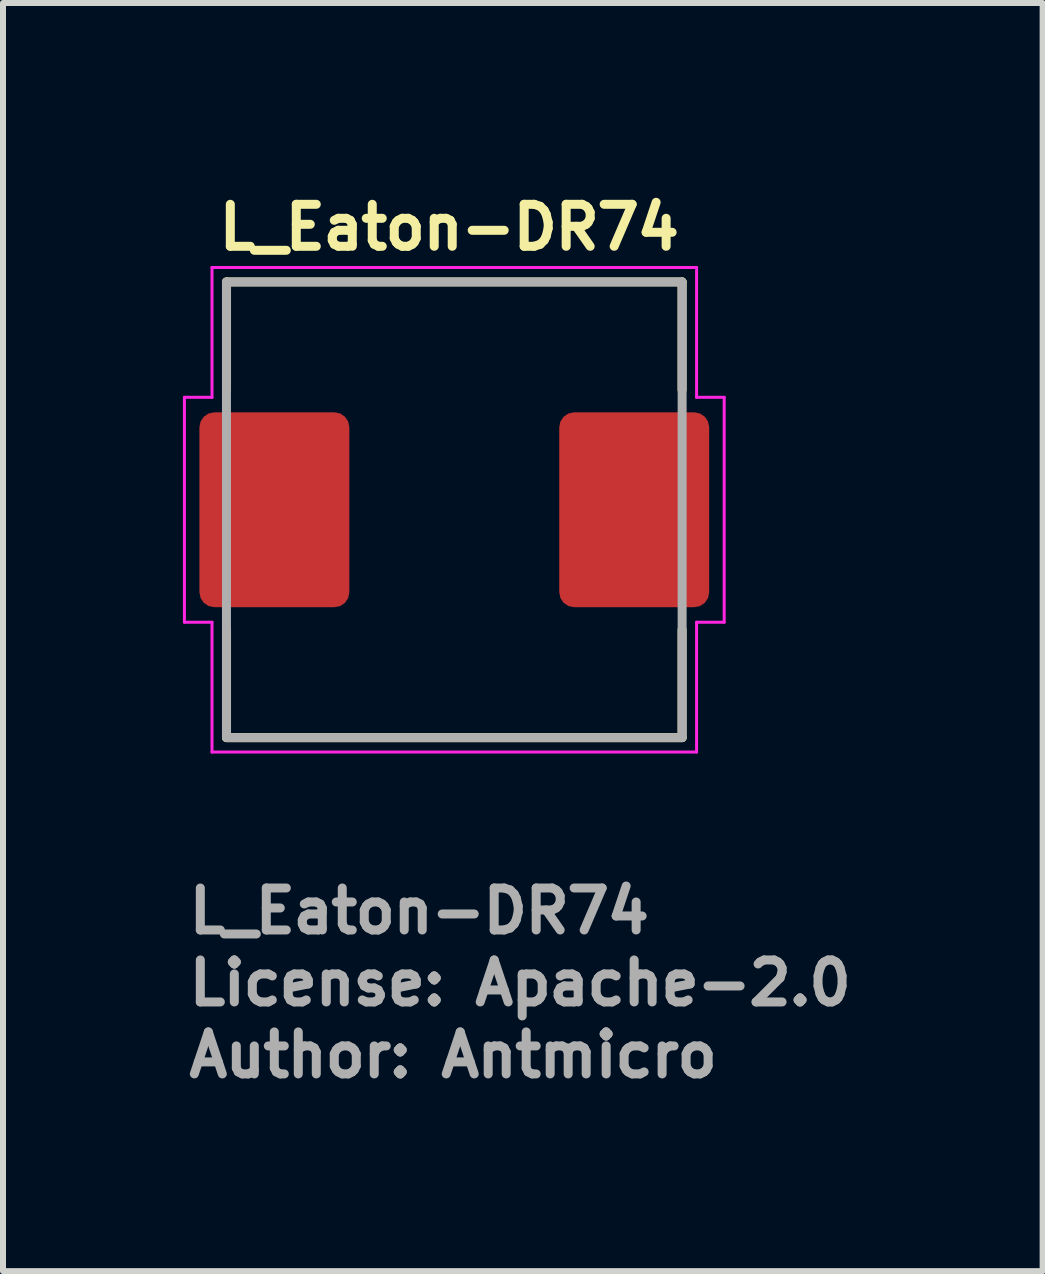
<source format=kicad_pcb>
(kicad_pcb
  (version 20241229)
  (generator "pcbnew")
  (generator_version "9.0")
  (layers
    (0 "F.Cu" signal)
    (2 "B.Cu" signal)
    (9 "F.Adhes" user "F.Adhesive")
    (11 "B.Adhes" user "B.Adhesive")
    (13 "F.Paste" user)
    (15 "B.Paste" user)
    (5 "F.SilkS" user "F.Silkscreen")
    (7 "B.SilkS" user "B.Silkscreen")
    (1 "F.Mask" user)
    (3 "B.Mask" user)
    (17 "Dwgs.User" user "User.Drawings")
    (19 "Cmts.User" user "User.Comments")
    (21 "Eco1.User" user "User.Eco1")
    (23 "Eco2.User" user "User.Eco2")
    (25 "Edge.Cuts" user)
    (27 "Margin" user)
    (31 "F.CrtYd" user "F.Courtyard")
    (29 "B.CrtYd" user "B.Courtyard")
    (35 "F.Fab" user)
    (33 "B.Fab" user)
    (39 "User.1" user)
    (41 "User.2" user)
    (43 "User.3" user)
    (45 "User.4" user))
  (footprint "L_Eaton-DR74"
    (layer "F.Cu")
    (at 4.525 5.45)
    (property "Reference" "L_Eaton-DR74" (at -4 -4.3 0) (layer "F.SilkS") (effects (font (size 0.7 0.7) (thickness 0.15)) (justify left bottom)))
    (attr smd)
    (fp_line (start -3.798 -3.799) (end 3.798 -3.799) (stroke (width 0.15) (type solid)) (layer "F.SilkS"))
    (fp_line (start -3.798 -2) (end -3.798 -3.799) (stroke (width 0.15) (type solid)) (layer "F.SilkS"))
    (fp_line (start -3.798 3.799) (end -3.798 2) (stroke (width 0.15) (type solid)) (layer "F.SilkS"))
    (fp_line (start -3.798 3.799) (end 3.798 3.799) (stroke (width 0.15) (type solid)) (layer "F.SilkS"))
    (fp_line (start 3.798 -2) (end 3.798 -3.799) (stroke (width 0.15) (type solid)) (layer "F.SilkS"))
    (fp_line (start 3.798 3.799) (end 3.798 2) (stroke (width 0.15) (type solid)) (layer "F.SilkS"))
    (fp_line (start -4.5 1.875) (end -4.5 -1.875) (stroke (width 0.05) (type solid)) (layer "F.CrtYd"))
    (fp_line (start -4.04 -4.04) (end -4.04 -1.875) (stroke (width 0.05) (type solid)) (layer "F.CrtYd"))
    (fp_line (start -4.04 -4.04) (end 4.04 -4.04) (stroke (width 0.05) (type solid)) (layer "F.CrtYd"))
    (fp_line (start -4.04 -1.875) (end -4.5 -1.875) (stroke (width 0.05) (type solid)) (layer "F.CrtYd"))
    (fp_line (start -4.04 1.875) (end -4.5 1.875) (stroke (width 0.05) (type solid)) (layer "F.CrtYd"))
    (fp_line (start -4.04 1.875) (end -4.04 4.04) (stroke (width 0.05) (type solid)) (layer "F.CrtYd"))
    (fp_line (start 4.04 -1.875) (end 4.04 -4.04) (stroke (width 0.05) (type solid)) (layer "F.CrtYd"))
    (fp_line (start 4.04 -1.875) (end 4.5 -1.875) (stroke (width 0.05) (type solid)) (layer "F.CrtYd"))
    (fp_line (start 4.04 1.875) (end 4.5 1.875) (stroke (width 0.05) (type solid)) (layer "F.CrtYd"))
    (fp_line (start 4.04 4.04) (end -4.04 4.04) (stroke (width 0.05) (type solid)) (layer "F.CrtYd"))
    (fp_line (start 4.04 4.04) (end 4.04 1.875) (stroke (width 0.05) (type solid)) (layer "F.CrtYd"))
    (fp_line (start 4.5 -1.875) (end 4.5 1.875) (stroke (width 0.05) (type solid)) (layer "F.CrtYd"))
    (fp_rect (start -3.799 -3.799) (end 3.799 3.799) (stroke (width 0.15) (type solid)) (fill no) (layer "F.Fab"))
    (fp_rect (start -3.799 -3.799) (end 3.799 3.799) (stroke (width 0.1) (type solid)) (fill no) (layer "User.5"))
    (fp_line (start -3.799 -3.71) (end -3.798 -3.715) (stroke (width 0.02) (type solid)) (layer "User.9"))
    (fp_line (start -3.799 -3.705) (end -3.799 -3.71) (stroke (width 0.02) (type solid)) (layer "User.9"))
    (fp_line (start -3.799 -3.7) (end -3.799 -3.705) (stroke (width 0.02) (type solid)) (layer "User.9"))
    (fp_line (start -3.799 3.7) (end -3.799 -3.7) (stroke (width 0.02) (type solid)) (layer "User.9"))
    (fp_line (start -3.799 3.705) (end -3.799 3.7) (stroke (width 0.02) (type solid)) (layer "User.9"))
    (fp_line (start -3.799 3.71) (end -3.799 3.705) (stroke (width 0.02) (type solid)) (layer "User.9"))
    (fp_line (start -3.798 -3.715) (end -3.797 -3.72) (stroke (width 0.02) (type solid)) (layer "User.9"))
    (fp_line (start -3.798 3.715) (end -3.799 3.71) (stroke (width 0.02) (type solid)) (layer "User.9"))
    (fp_line (start -3.797 -3.72) (end -3.796 -3.724) (stroke (width 0.02) (type solid)) (layer "User.9"))
    (fp_line (start -3.797 3.72) (end -3.798 3.715) (stroke (width 0.02) (type solid)) (layer "User.9"))
    (fp_line (start -3.796 -3.724) (end -3.795 -3.729) (stroke (width 0.02) (type solid)) (layer "User.9"))
    (fp_line (start -3.796 3.724) (end -3.797 3.72) (stroke (width 0.02) (type solid)) (layer "User.9"))
    (fp_line (start -3.795 -3.729) (end -3.793 -3.734) (stroke (width 0.02) (type solid)) (layer "User.9"))
    (fp_line (start -3.795 3.729) (end -3.796 3.724) (stroke (width 0.02) (type solid)) (layer "User.9"))
    (fp_line (start -3.793 -3.734) (end -3.792 -3.738) (stroke (width 0.02) (type solid)) (layer "User.9"))
    (fp_line (start -3.793 3.734) (end -3.795 3.729) (stroke (width 0.02) (type solid)) (layer "User.9"))
    (fp_line (start -3.792 -3.738) (end -3.79 -3.743) (stroke (width 0.02) (type solid)) (layer "User.9"))
    (fp_line (start -3.792 3.738) (end -3.793 3.734) (stroke (width 0.02) (type solid)) (layer "User.9"))
    (fp_line (start -3.79 -3.743) (end -3.787 -3.747) (stroke (width 0.02) (type solid)) (layer "User.9"))
    (fp_line (start -3.79 3.743) (end -3.792 3.738) (stroke (width 0.02) (type solid)) (layer "User.9"))
    (fp_line (start -3.787 -3.747) (end -3.785 -3.751) (stroke (width 0.02) (type solid)) (layer "User.9"))
    (fp_line (start -3.787 3.747) (end -3.79 3.743) (stroke (width 0.02) (type solid)) (layer "User.9"))
    (fp_line (start -3.785 -3.751) (end -3.782 -3.755) (stroke (width 0.02) (type solid)) (layer "User.9"))
    (fp_line (start -3.785 3.751) (end -3.787 3.747) (stroke (width 0.02) (type solid)) (layer "User.9"))
    (fp_line (start -3.782 -3.755) (end -3.78 -3.759) (stroke (width 0.02) (type solid)) (layer "User.9"))
    (fp_line (start -3.782 3.755) (end -3.785 3.751) (stroke (width 0.02) (type solid)) (layer "User.9"))
    (fp_line (start -3.78 -3.759) (end -3.777 -3.763) (stroke (width 0.02) (type solid)) (layer "User.9"))
    (fp_line (start -3.78 3.759) (end -3.782 3.755) (stroke (width 0.02) (type solid)) (layer "User.9"))
    (fp_line (start -3.777 -3.763) (end -3.774 -3.767) (stroke (width 0.02) (type solid)) (layer "User.9"))
    (fp_line (start -3.777 3.763) (end -3.78 3.759) (stroke (width 0.02) (type solid)) (layer "User.9"))
    (fp_line (start -3.774 -3.767) (end -3.77 -3.77) (stroke (width 0.02) (type solid)) (layer "User.9"))
    (fp_line (start -3.774 3.767) (end -3.777 3.763) (stroke (width 0.02) (type solid)) (layer "User.9"))
    (fp_line (start -3.77 -3.77) (end -3.767 -3.774) (stroke (width 0.02) (type solid)) (layer "User.9"))
    (fp_line (start -3.77 3.77) (end -3.774 3.767) (stroke (width 0.02) (type solid)) (layer "User.9"))
    (fp_line (start -3.767 -3.774) (end -3.763 -3.777) (stroke (width 0.02) (type solid)) (layer "User.9"))
    (fp_line (start -3.767 3.774) (end -3.77 3.77) (stroke (width 0.02) (type solid)) (layer "User.9"))
    (fp_line (start -3.763 -3.777) (end -3.759 -3.78) (stroke (width 0.02) (type solid)) (layer "User.9"))
    (fp_line (start -3.763 3.777) (end -3.767 3.774) (stroke (width 0.02) (type solid)) (layer "User.9"))
    (fp_line (start -3.759 -3.78) (end -3.755 -3.782) (stroke (width 0.02) (type solid)) (layer "User.9"))
    (fp_line (start -3.759 3.78) (end -3.763 3.777) (stroke (width 0.02) (type solid)) (layer "User.9"))
    (fp_line (start -3.755 -3.782) (end -3.751 -3.785) (stroke (width 0.02) (type solid)) (layer "User.9"))
    (fp_line (start -3.755 3.782) (end -3.759 3.78) (stroke (width 0.02) (type solid)) (layer "User.9"))
    (fp_line (start -3.751 -3.785) (end -3.747 -3.787) (stroke (width 0.02) (type solid)) (layer "User.9"))
    (fp_line (start -3.751 3.785) (end -3.755 3.782) (stroke (width 0.02) (type solid)) (layer "User.9"))
    (fp_line (start -3.747 -3.787) (end -3.743 -3.79) (stroke (width 0.02) (type solid)) (layer "User.9"))
    (fp_line (start -3.747 3.787) (end -3.751 3.785) (stroke (width 0.02) (type solid)) (layer "User.9"))
    (fp_line (start -3.743 -3.79) (end -3.738 -3.792) (stroke (width 0.02) (type solid)) (layer "User.9"))
    (fp_line (start -3.743 3.79) (end -3.747 3.787) (stroke (width 0.02) (type solid)) (layer "User.9"))
    (fp_line (start -3.738 -3.792) (end -3.734 -3.793) (stroke (width 0.02) (type solid)) (layer "User.9"))
    (fp_line (start -3.738 3.792) (end -3.743 3.79) (stroke (width 0.02) (type solid)) (layer "User.9"))
    (fp_line (start -3.734 -3.793) (end -3.729 -3.795) (stroke (width 0.02) (type solid)) (layer "User.9"))
    (fp_line (start -3.734 3.793) (end -3.738 3.792) (stroke (width 0.02) (type solid)) (layer "User.9"))
    (fp_line (start -3.729 -3.795) (end -3.724 -3.796) (stroke (width 0.02) (type solid)) (layer "User.9"))
    (fp_line (start -3.729 3.795) (end -3.734 3.793) (stroke (width 0.02) (type solid)) (layer "User.9"))
    (fp_line (start -3.724 -3.796) (end -3.72 -3.797) (stroke (width 0.02) (type solid)) (layer "User.9"))
    (fp_line (start -3.724 3.796) (end -3.729 3.795) (stroke (width 0.02) (type solid)) (layer "User.9"))
    (fp_line (start -3.72 -3.797) (end -3.715 -3.798) (stroke (width 0.02) (type solid)) (layer "User.9"))
    (fp_line (start -3.72 3.797) (end -3.724 3.796) (stroke (width 0.02) (type solid)) (layer "User.9"))
    (fp_line (start -3.715 -3.798) (end -3.71 -3.799) (stroke (width 0.02) (type solid)) (layer "User.9"))
    (fp_line (start -3.715 3.798) (end -3.72 3.797) (stroke (width 0.02) (type solid)) (layer "User.9"))
    (fp_line (start -3.71 -3.799) (end -3.705 -3.799) (stroke (width 0.02) (type solid)) (layer "User.9"))
    (fp_line (start -3.71 3.799) (end -3.715 3.798) (stroke (width 0.02) (type solid)) (layer "User.9"))
    (fp_line (start -3.705 -3.799) (end -3.7 -3.799) (stroke (width 0.02) (type solid)) (layer "User.9"))
    (fp_line (start -3.705 3.799) (end -3.71 3.799) (stroke (width 0.02) (type solid)) (layer "User.9"))
    (fp_line (start -3.7 -3.799) (end 3.7 -3.799) (stroke (width 0.02) (type solid)) (layer "User.9"))
    (fp_line (start -3.7 3.799) (end -3.705 3.799) (stroke (width 0.02) (type solid)) (layer "User.9"))
    (fp_line (start -2.875 -2.038) (end -2.834 -2.038) (stroke (width 0.02) (type solid)) (layer "User.9"))
    (fp_line (start -2.875 -2.038) (end -2.353 -1.516) (stroke (width 0.02) (type solid)) (layer "User.9"))
    (fp_line (start -2.875 2.038) (end -2.834 2.038) (stroke (width 0.02) (type solid)) (layer "User.9"))
    (fp_line (start -2.875 2.038) (end -2.027 2.886) (stroke (width 0.02) (type solid)) (layer "User.9"))
    (fp_line (start -2.834 -2.038) (end -2.834 -2.038) (stroke (width 0.02) (type solid)) (layer "User.9"))
    (fp_line (start -2.834 -2.038) (end -2.734 -2.038) (stroke (width 0.02) (type solid)) (layer "User.9"))
    (fp_line (start -2.834 2.038) (end -2.834 2.038) (stroke (width 0.02) (type solid)) (layer "User.9"))
    (fp_line (start -2.834 2.038) (end -2.734 2.038) (stroke (width 0.02) (type solid)) (layer "User.9"))
    (fp_line (start -2.8 0) (end -2.793 0.197) (stroke (width 0.02) (type solid)) (layer "User.9"))
    (fp_line (start -2.793 -0.197) (end -2.8 0) (stroke (width 0.02) (type solid)) (layer "User.9"))
    (fp_line (start -2.793 0.197) (end -2.772 0.394) (stroke (width 0.02) (type solid)) (layer "User.9"))
    (fp_line (start -2.772 -0.394) (end -2.793 -0.197) (stroke (width 0.02) (type solid)) (layer "User.9"))
    (fp_line (start -2.772 0.394) (end -2.737 0.589) (stroke (width 0.02) (type solid)) (layer "User.9"))
    (fp_line (start -2.737 -0.589) (end -2.772 -0.394) (stroke (width 0.02) (type solid)) (layer "User.9"))
    (fp_line (start -2.737 0.589) (end -2.688 0.782) (stroke (width 0.02) (type solid)) (layer "User.9"))
    (fp_line (start -2.688 -0.782) (end -2.737 -0.589) (stroke (width 0.02) (type solid)) (layer "User.9"))
    (fp_line (start -2.688 0.782) (end -2.625 0.972) (stroke (width 0.02) (type solid)) (layer "User.9"))
    (fp_line (start -2.625 -0.972) (end -2.688 -0.782) (stroke (width 0.02) (type solid)) (layer "User.9"))
    (fp_line (start -2.625 0.972) (end -2.549 1.158) (stroke (width 0.02) (type solid)) (layer "User.9"))
    (fp_line (start -2.549 -1.158) (end -2.625 -0.972) (stroke (width 0.02) (type solid)) (layer "User.9"))
    (fp_line (start -2.549 1.158) (end -2.458 1.34) (stroke (width 0.02) (type solid)) (layer "User.9"))
    (fp_line (start -2.458 -1.34) (end -2.549 -1.158) (stroke (width 0.02) (type solid)) (layer "User.9"))
    (fp_line (start -2.458 1.34) (end -2.353 1.516) (stroke (width 0.02) (type solid)) (layer "User.9"))
    (fp_line (start -2.353 -1.516) (end -2.458 -1.34) (stroke (width 0.02) (type solid)) (layer "User.9"))
    (fp_line (start -2.353 -1.516) (end -2.31 -1.52) (stroke (width 0.02) (type solid)) (layer "User.9"))
    (fp_line (start -2.353 1.516) (end -2.875 2.038) (stroke (width 0.02) (type solid)) (layer "User.9"))
    (fp_line (start -2.353 1.516) (end -2.31 1.52) (stroke (width 0.02) (type solid)) (layer "User.9"))
    (fp_line (start -2.31 -1.52) (end -2.269 -1.524) (stroke (width 0.02) (type solid)) (layer "User.9"))
    (fp_line (start -2.31 1.52) (end -2.269 1.524) (stroke (width 0.02) (type solid)) (layer "User.9"))
    (fp_line (start -2.269 -1.524) (end -2.225 -1.529) (stroke (width 0.02) (type solid)) (layer "User.9"))
    (fp_line (start -2.269 1.524) (end -2.225 1.529) (stroke (width 0.02) (type solid)) (layer "User.9"))
    (fp_line (start -2.027 -2.886) (end -2.875 -2.038) (stroke (width 0.02) (type solid)) (layer "User.9"))
    (fp_line (start -2.027 -2.886) (end -2.027 -2.845) (stroke (width 0.02) (type solid)) (layer "User.9"))
    (fp_line (start -2.027 -2.845) (end -2.027 -2.845) (stroke (width 0.02) (type solid)) (layer "User.9"))
    (fp_line (start -2.027 -2.845) (end -2.027 -2.745) (stroke (width 0.02) (type solid)) (layer "User.9"))
    (fp_line (start -2.027 2.845) (end -2.027 2.745) (stroke (width 0.02) (type solid)) (layer "User.9"))
    (fp_line (start -2.027 2.845) (end -2.027 2.845) (stroke (width 0.02) (type solid)) (layer "User.9"))
    (fp_line (start -2.027 2.886) (end -2.027 2.845) (stroke (width 0.02) (type solid)) (layer "User.9"))
    (fp_line (start -2.027 2.886) (end -1.503 2.362) (stroke (width 0.02) (type solid)) (layer "User.9"))
    (fp_line (start -1.511 -2.278) (end -1.516 -2.234) (stroke (width 0.02) (type solid)) (layer "User.9"))
    (fp_line (start -1.511 2.278) (end -1.516 2.234) (stroke (width 0.02) (type solid)) (layer "User.9"))
    (fp_line (start -1.507 -2.319) (end -1.511 -2.278) (stroke (width 0.02) (type solid)) (layer "User.9"))
    (fp_line (start -1.507 2.319) (end -1.511 2.278) (stroke (width 0.02) (type solid)) (layer "User.9"))
    (fp_line (start -1.503 -2.362) (end -2.027 -2.886) (stroke (width 0.02) (type solid)) (layer "User.9"))
    (fp_line (start -1.503 -2.362) (end -1.507 -2.319) (stroke (width 0.02) (type solid)) (layer "User.9"))
    (fp_line (start -1.503 2.362) (end -1.507 2.319) (stroke (width 0.02) (type solid)) (layer "User.9"))
    (fp_line (start -1.503 2.362) (end -1.417 2.414) (stroke (width 0.02) (type solid)) (layer "User.9"))
    (fp_line (start -1.417 2.414) (end -1.331 2.463) (stroke (width 0.02) (type solid)) (layer "User.9"))
    (fp_line (start -1.331 2.463) (end -1.243 2.508) (stroke (width 0.02) (type solid)) (layer "User.9"))
    (fp_line (start -1.328 -2.464) (end -1.503 -2.362) (stroke (width 0.02) (type solid)) (layer "User.9"))
    (fp_line (start -1.243 2.508) (end -1.153 2.551) (stroke (width 0.02) (type solid)) (layer "User.9"))
    (fp_line (start -1.153 2.551) (end -1.062 2.59) (stroke (width 0.02) (type solid)) (layer "User.9"))
    (fp_line (start -1.148 -2.553) (end -1.328 -2.464) (stroke (width 0.02) (type solid)) (layer "User.9"))
    (fp_line (start -1.062 2.59) (end -0.97 2.626) (stroke (width 0.02) (type solid)) (layer "User.9"))
    (fp_line (start -0.97 2.626) (end -0.877 2.659) (stroke (width 0.02) (type solid)) (layer "User.9"))
    (fp_line (start -0.963 -2.629) (end -1.148 -2.553) (stroke (width 0.02) (type solid)) (layer "User.9"))
    (fp_line (start -0.877 2.659) (end -0.782 2.688) (stroke (width 0.02) (type solid)) (layer "User.9"))
    (fp_line (start -0.782 2.688) (end -0.687 2.714) (stroke (width 0.02) (type solid)) (layer "User.9"))
    (fp_line (start -0.775 -2.69) (end -0.963 -2.629) (stroke (width 0.02) (type solid)) (layer "User.9"))
    (fp_line (start -0.687 2.714) (end -0.591 2.736) (stroke (width 0.02) (type solid)) (layer "User.9"))
    (fp_line (start -0.591 2.736) (end -0.494 2.756) (stroke (width 0.02) (type solid)) (layer "User.9"))
    (fp_line (start -0.584 -2.738) (end -0.775 -2.69) (stroke (width 0.02) (type solid)) (layer "User.9"))
    (fp_line (start -0.494 2.756) (end -0.396 2.771) (stroke (width 0.02) (type solid)) (layer "User.9"))
    (fp_line (start -0.396 2.771) (end -0.297 2.784) (stroke (width 0.02) (type solid)) (layer "User.9"))
    (fp_line (start -0.39 -2.772) (end -0.584 -2.738) (stroke (width 0.02) (type solid)) (layer "User.9"))
    (fp_line (start -0.297 2.784) (end -0.199 2.792) (stroke (width 0.02) (type solid)) (layer "User.9"))
    (fp_line (start -0.199 2.792) (end -0.099 2.798) (stroke (width 0.02) (type solid)) (layer "User.9"))
    (fp_line (start -0.195 -2.793) (end -0.39 -2.772) (stroke (width 0.02) (type solid)) (layer "User.9"))
    (fp_line (start -0.099 2.798) (end 0 2.799) (stroke (width 0.02) (type solid)) (layer "User.9"))
    (fp_line (start 0 -2.799) (end -0.195 -2.793) (stroke (width 0.02) (type solid)) (layer "User.9"))
    (fp_line (start 0 2.799) (end 0.099 2.798) (stroke (width 0.02) (type solid)) (layer "User.9"))
    (fp_line (start 0.099 2.798) (end 0.199 2.792) (stroke (width 0.02) (type solid)) (layer "User.9"))
    (fp_line (start 0.195 -2.793) (end 0 -2.799) (stroke (width 0.02) (type solid)) (layer "User.9"))
    (fp_line (start 0.199 2.792) (end 0.297 2.784) (stroke (width 0.02) (type solid)) (layer "User.9"))
    (fp_line (start 0.297 2.784) (end 0.396 2.771) (stroke (width 0.02) (type solid)) (layer "User.9"))
    (fp_line (start 0.39 -2.772) (end 0.195 -2.793) (stroke (width 0.02) (type solid)) (layer "User.9"))
    (fp_line (start 0.396 2.771) (end 0.494 2.756) (stroke (width 0.02) (type solid)) (layer "User.9"))
    (fp_line (start 0.494 2.756) (end 0.591 2.736) (stroke (width 0.02) (type solid)) (layer "User.9"))
    (fp_line (start 0.584 -2.738) (end 0.39 -2.772) (stroke (width 0.02) (type solid)) (layer "User.9"))
    (fp_line (start 0.591 2.736) (end 0.687 2.714) (stroke (width 0.02) (type solid)) (layer "User.9"))
    (fp_line (start 0.687 2.714) (end 0.782 2.688) (stroke (width 0.02) (type solid)) (layer "User.9"))
    (fp_line (start 0.775 -2.69) (end 0.584 -2.738) (stroke (width 0.02) (type solid)) (layer "User.9"))
    (fp_line (start 0.782 2.688) (end 0.877 2.659) (stroke (width 0.02) (type solid)) (layer "User.9"))
    (fp_line (start 0.877 2.659) (end 0.97 2.626) (stroke (width 0.02) (type solid)) (layer "User.9"))
    (fp_line (start 0.963 -2.629) (end 0.775 -2.69) (stroke (width 0.02) (type solid)) (layer "User.9"))
    (fp_line (start 0.97 2.626) (end 1.062 2.59) (stroke (width 0.02) (type solid)) (layer "User.9"))
    (fp_line (start 1.062 2.59) (end 1.153 2.551) (stroke (width 0.02) (type solid)) (layer "User.9"))
    (fp_line (start 1.148 -2.553) (end 0.963 -2.629) (stroke (width 0.02) (type solid)) (layer "User.9"))
    (fp_line (start 1.153 2.551) (end 1.243 2.508) (stroke (width 0.02) (type solid)) (layer "User.9"))
    (fp_line (start 1.243 2.508) (end 1.331 2.463) (stroke (width 0.02) (type solid)) (layer "User.9"))
    (fp_line (start 1.328 -2.464) (end 1.148 -2.553) (stroke (width 0.02) (type solid)) (layer "User.9"))
    (fp_line (start 1.331 2.463) (end 1.417 2.414) (stroke (width 0.02) (type solid)) (layer "User.9"))
    (fp_line (start 1.417 2.414) (end 1.503 2.362) (stroke (width 0.02) (type solid)) (layer "User.9"))
    (fp_line (start 1.503 -2.362) (end 1.328 -2.464) (stroke (width 0.02) (type solid)) (layer "User.9"))
    (fp_line (start 1.503 2.362) (end 2.027 2.886) (stroke (width 0.02) (type solid)) (layer "User.9"))
    (fp_line (start 1.507 -2.319) (end 1.503 -2.362) (stroke (width 0.02) (type solid)) (layer "User.9"))
    (fp_line (start 1.507 2.319) (end 1.503 2.362) (stroke (width 0.02) (type solid)) (layer "User.9"))
    (fp_line (start 1.516 -2.234) (end 1.507 -2.319) (stroke (width 0.02) (type solid)) (layer "User.9"))
    (fp_line (start 1.516 2.234) (end 1.507 2.319) (stroke (width 0.02) (type solid)) (layer "User.9"))
    (fp_line (start 2.027 -2.886) (end 1.503 -2.362) (stroke (width 0.02) (type solid)) (layer "User.9"))
    (fp_line (start 2.027 -2.845) (end 2.027 -2.886) (stroke (width 0.02) (type solid)) (layer "User.9"))
    (fp_line (start 2.027 -2.845) (end 2.027 -2.845) (stroke (width 0.02) (type solid)) (layer "User.9"))
    (fp_line (start 2.027 -2.745) (end 2.027 -2.845) (stroke (width 0.02) (type solid)) (layer "User.9"))
    (fp_line (start 2.027 2.745) (end 2.027 2.845) (stroke (width 0.02) (type solid)) (layer "User.9"))
    (fp_line (start 2.027 2.845) (end 2.027 2.845) (stroke (width 0.02) (type solid)) (layer "User.9"))
    (fp_line (start 2.027 2.845) (end 2.027 2.886) (stroke (width 0.02) (type solid)) (layer "User.9"))
    (fp_line (start 2.027 2.886) (end 2.875 2.038) (stroke (width 0.02) (type solid)) (layer "User.9"))
    (fp_line (start 2.225 -1.529) (end 2.31 -1.52) (stroke (width 0.02) (type solid)) (layer "User.9"))
    (fp_line (start 2.225 1.529) (end 2.31 1.52) (stroke (width 0.02) (type solid)) (layer "User.9"))
    (fp_line (start 2.31 -1.52) (end 2.353 -1.516) (stroke (width 0.02) (type solid)) (layer "User.9"))
    (fp_line (start 2.31 1.52) (end 2.353 1.516) (stroke (width 0.02) (type solid)) (layer "User.9"))
    (fp_line (start 2.353 -1.516) (end 2.875 -2.038) (stroke (width 0.02) (type solid)) (layer "User.9"))
    (fp_line (start 2.353 1.516) (end 2.458 1.34) (stroke (width 0.02) (type solid)) (layer "User.9"))
    (fp_line (start 2.458 -1.34) (end 2.353 -1.516) (stroke (width 0.02) (type solid)) (layer "User.9"))
    (fp_line (start 2.458 1.34) (end 2.549 1.158) (stroke (width 0.02) (type solid)) (layer "User.9"))
    (fp_line (start 2.549 -1.158) (end 2.458 -1.34) (stroke (width 0.02) (type solid)) (layer "User.9"))
    (fp_line (start 2.549 1.158) (end 2.625 0.972) (stroke (width 0.02) (type solid)) (layer "User.9"))
    (fp_line (start 2.625 -0.972) (end 2.549 -1.158) (stroke (width 0.02) (type solid)) (layer "User.9"))
    (fp_line (start 2.625 0.972) (end 2.688 0.782) (stroke (width 0.02) (type solid)) (layer "User.9"))
    (fp_line (start 2.688 -0.782) (end 2.625 -0.972) (stroke (width 0.02) (type solid)) (layer "User.9"))
    (fp_line (start 2.688 0.782) (end 2.737 0.589) (stroke (width 0.02) (type solid)) (layer "User.9"))
    (fp_line (start 2.734 -2.038) (end 2.834 -2.038) (stroke (width 0.02) (type solid)) (layer "User.9"))
    (fp_line (start 2.734 2.038) (end 2.834 2.038) (stroke (width 0.02) (type solid)) (layer "User.9"))
    (fp_line (start 2.737 -0.589) (end 2.688 -0.782) (stroke (width 0.02) (type solid)) (layer "User.9"))
    (fp_line (start 2.737 0.589) (end 2.772 0.394) (stroke (width 0.02) (type solid)) (layer "User.9"))
    (fp_line (start 2.772 -0.394) (end 2.737 -0.589) (stroke (width 0.02) (type solid)) (layer "User.9"))
    (fp_line (start 2.772 0.394) (end 2.793 0.197) (stroke (width 0.02) (type solid)) (layer "User.9"))
    (fp_line (start 2.793 -0.197) (end 2.772 -0.394) (stroke (width 0.02) (type solid)) (layer "User.9"))
    (fp_line (start 2.793 0.197) (end 2.8 0) (stroke (width 0.02) (type solid)) (layer "User.9"))
    (fp_line (start 2.8 0) (end 2.793 -0.197) (stroke (width 0.02) (type solid)) (layer "User.9"))
    (fp_line (start 2.834 -2.038) (end 2.834 -2.038) (stroke (width 0.02) (type solid)) (layer "User.9"))
    (fp_line (start 2.834 -2.038) (end 2.875 -2.038) (stroke (width 0.02) (type solid)) (layer "User.9"))
    (fp_line (start 2.834 2.038) (end 2.834 2.038) (stroke (width 0.02) (type solid)) (layer "User.9"))
    (fp_line (start 2.834 2.038) (end 2.875 2.038) (stroke (width 0.02) (type solid)) (layer "User.9"))
    (fp_line (start 2.875 -2.038) (end 2.027 -2.886) (stroke (width 0.02) (type solid)) (layer "User.9"))
    (fp_line (start 2.875 2.038) (end 2.353 1.516) (stroke (width 0.02) (type solid)) (layer "User.9"))
    (fp_line (start 3.7 -3.799) (end 3.705 -3.799) (stroke (width 0.02) (type solid)) (layer "User.9"))
    (fp_line (start 3.7 3.799) (end -3.7 3.799) (stroke (width 0.02) (type solid)) (layer "User.9"))
    (fp_line (start 3.705 -3.799) (end 3.71 -3.799) (stroke (width 0.02) (type solid)) (layer "User.9"))
    (fp_line (start 3.705 3.799) (end 3.7 3.799) (stroke (width 0.02) (type solid)) (layer "User.9"))
    (fp_line (start 3.71 -3.799) (end 3.715 -3.798) (stroke (width 0.02) (type solid)) (layer "User.9"))
    (fp_line (start 3.71 3.799) (end 3.705 3.799) (stroke (width 0.02) (type solid)) (layer "User.9"))
    (fp_line (start 3.715 -3.798) (end 3.72 -3.797) (stroke (width 0.02) (type solid)) (layer "User.9"))
    (fp_line (start 3.715 3.798) (end 3.71 3.799) (stroke (width 0.02) (type solid)) (layer "User.9"))
    (fp_line (start 3.72 -3.797) (end 3.724 -3.796) (stroke (width 0.02) (type solid)) (layer "User.9"))
    (fp_line (start 3.72 3.797) (end 3.715 3.798) (stroke (width 0.02) (type solid)) (layer "User.9"))
    (fp_line (start 3.724 -3.796) (end 3.729 -3.795) (stroke (width 0.02) (type solid)) (layer "User.9"))
    (fp_line (start 3.724 3.796) (end 3.72 3.797) (stroke (width 0.02) (type solid)) (layer "User.9"))
    (fp_line (start 3.729 -3.795) (end 3.734 -3.793) (stroke (width 0.02) (type solid)) (layer "User.9"))
    (fp_line (start 3.729 3.795) (end 3.724 3.796) (stroke (width 0.02) (type solid)) (layer "User.9"))
    (fp_line (start 3.734 -3.793) (end 3.738 -3.792) (stroke (width 0.02) (type solid)) (layer "User.9"))
    (fp_line (start 3.734 3.793) (end 3.729 3.795) (stroke (width 0.02) (type solid)) (layer "User.9"))
    (fp_line (start 3.738 -3.792) (end 3.743 -3.79) (stroke (width 0.02) (type solid)) (layer "User.9"))
    (fp_line (start 3.738 3.792) (end 3.734 3.793) (stroke (width 0.02) (type solid)) (layer "User.9"))
    (fp_line (start 3.743 -3.79) (end 3.747 -3.787) (stroke (width 0.02) (type solid)) (layer "User.9"))
    (fp_line (start 3.743 3.79) (end 3.738 3.792) (stroke (width 0.02) (type solid)) (layer "User.9"))
    (fp_line (start 3.747 -3.787) (end 3.751 -3.785) (stroke (width 0.02) (type solid)) (layer "User.9"))
    (fp_line (start 3.747 3.787) (end 3.743 3.79) (stroke (width 0.02) (type solid)) (layer "User.9"))
    (fp_line (start 3.751 -3.785) (end 3.755 -3.782) (stroke (width 0.02) (type solid)) (layer "User.9"))
    (fp_line (start 3.751 3.785) (end 3.747 3.787) (stroke (width 0.02) (type solid)) (layer "User.9"))
    (fp_line (start 3.755 -3.782) (end 3.759 -3.78) (stroke (width 0.02) (type solid)) (layer "User.9"))
    (fp_line (start 3.755 3.782) (end 3.751 3.785) (stroke (width 0.02) (type solid)) (layer "User.9"))
    (fp_line (start 3.759 -3.78) (end 3.763 -3.777) (stroke (width 0.02) (type solid)) (layer "User.9"))
    (fp_line (start 3.759 3.78) (end 3.755 3.782) (stroke (width 0.02) (type solid)) (layer "User.9"))
    (fp_line (start 3.763 -3.777) (end 3.767 -3.774) (stroke (width 0.02) (type solid)) (layer "User.9"))
    (fp_line (start 3.763 3.777) (end 3.759 3.78) (stroke (width 0.02) (type solid)) (layer "User.9"))
    (fp_line (start 3.767 -3.774) (end 3.77 -3.77) (stroke (width 0.02) (type solid)) (layer "User.9"))
    (fp_line (start 3.767 3.774) (end 3.763 3.777) (stroke (width 0.02) (type solid)) (layer "User.9"))
    (fp_line (start 3.77 -3.77) (end 3.774 -3.767) (stroke (width 0.02) (type solid)) (layer "User.9"))
    (fp_line (start 3.77 3.77) (end 3.767 3.774) (stroke (width 0.02) (type solid)) (layer "User.9"))
    (fp_line (start 3.774 -3.767) (end 3.777 -3.763) (stroke (width 0.02) (type solid)) (layer "User.9"))
    (fp_line (start 3.774 3.767) (end 3.77 3.77) (stroke (width 0.02) (type solid)) (layer "User.9"))
    (fp_line (start 3.777 -3.763) (end 3.78 -3.759) (stroke (width 0.02) (type solid)) (layer "User.9"))
    (fp_line (start 3.777 3.763) (end 3.774 3.767) (stroke (width 0.02) (type solid)) (layer "User.9"))
    (fp_line (start 3.78 -3.759) (end 3.782 -3.755) (stroke (width 0.02) (type solid)) (layer "User.9"))
    (fp_line (start 3.78 3.759) (end 3.777 3.763) (stroke (width 0.02) (type solid)) (layer "User.9"))
    (fp_line (start 3.782 -3.755) (end 3.785 -3.751) (stroke (width 0.02) (type solid)) (layer "User.9"))
    (fp_line (start 3.782 3.755) (end 3.78 3.759) (stroke (width 0.02) (type solid)) (layer "User.9"))
    (fp_line (start 3.785 -3.751) (end 3.787 -3.747) (stroke (width 0.02) (type solid)) (layer "User.9"))
    (fp_line (start 3.785 3.751) (end 3.782 3.755) (stroke (width 0.02) (type solid)) (layer "User.9"))
    (fp_line (start 3.787 -3.747) (end 3.79 -3.743) (stroke (width 0.02) (type solid)) (layer "User.9"))
    (fp_line (start 3.787 3.747) (end 3.785 3.751) (stroke (width 0.02) (type solid)) (layer "User.9"))
    (fp_line (start 3.79 -3.743) (end 3.792 -3.738) (stroke (width 0.02) (type solid)) (layer "User.9"))
    (fp_line (start 3.79 3.743) (end 3.787 3.747) (stroke (width 0.02) (type solid)) (layer "User.9"))
    (fp_line (start 3.792 -3.738) (end 3.793 -3.734) (stroke (width 0.02) (type solid)) (layer "User.9"))
    (fp_line (start 3.792 3.738) (end 3.79 3.743) (stroke (width 0.02) (type solid)) (layer "User.9"))
    (fp_line (start 3.793 -3.734) (end 3.795 -3.729) (stroke (width 0.02) (type solid)) (layer "User.9"))
    (fp_line (start 3.793 3.734) (end 3.792 3.738) (stroke (width 0.02) (type solid)) (layer "User.9"))
    (fp_line (start 3.795 -3.729) (end 3.796 -3.724) (stroke (width 0.02) (type solid)) (layer "User.9"))
    (fp_line (start 3.795 3.729) (end 3.793 3.734) (stroke (width 0.02) (type solid)) (layer "User.9"))
    (fp_line (start 3.796 -3.724) (end 3.797 -3.72) (stroke (width 0.02) (type solid)) (layer "User.9"))
    (fp_line (start 3.796 3.724) (end 3.795 3.729) (stroke (width 0.02) (type solid)) (layer "User.9"))
    (fp_line (start 3.797 -3.72) (end 3.798 -3.715) (stroke (width 0.02) (type solid)) (layer "User.9"))
    (fp_line (start 3.797 3.72) (end 3.796 3.724) (stroke (width 0.02) (type solid)) (layer "User.9"))
    (fp_line (start 3.798 -3.715) (end 3.799 -3.71) (stroke (width 0.02) (type solid)) (layer "User.9"))
    (fp_line (start 3.798 3.715) (end 3.797 3.72) (stroke (width 0.02) (type solid)) (layer "User.9"))
    (fp_line (start 3.799 -3.71) (end 3.799 -3.705) (stroke (width 0.02) (type solid)) (layer "User.9"))
    (fp_line (start 3.799 -3.705) (end 3.799 -3.7) (stroke (width 0.02) (type solid)) (layer "User.9"))
    (fp_line (start 3.799 -3.7) (end 3.799 3.7) (stroke (width 0.02) (type solid)) (layer "User.9"))
    (fp_line (start 3.799 3.7) (end 3.799 3.705) (stroke (width 0.02) (type solid)) (layer "User.9"))
    (fp_line (start 3.799 3.705) (end 3.799 3.71) (stroke (width 0.02) (type solid)) (layer "User.9"))
    (fp_line (start 3.799 3.71) (end 3.798 3.715) (stroke (width 0.02) (type solid)) (layer "User.9"))
    (fp_text user "${REFERENCE}" (at -4.5 7.1 0) (layer "F.Fab") (effects (font (size 0.7 0.7) (thickness 0.15)) (justify left bottom)))
    (fp_text user "Author: Antmicro" (at -4.5 9.5 0) (layer "F.Fab") (effects (font (size 0.7 0.7) (thickness 0.15)) (justify left bottom)))
    (fp_text user "License: Apache-2.0" (at -4.5 8.3 0) (layer "F.Fab") (effects (font (size 0.7 0.7) (thickness 0.15)) (justify left bottom)))
    (pad "1" smd roundrect (at -3 0) (size 2.5 3.25) (layers "F.Cu" "F.Mask" "F.Paste") (roundrect_rratio 0.1))
    (pad "2" smd roundrect (at 3 0) (size 2.5 3.25) (layers "F.Cu" "F.Mask" "F.Paste") (roundrect_rratio 0.1)))
  (gr_rect
    (start -3 -3)
    (end 14.335 18.145)
    (stroke (width 0.1) (type default))
    (fill no)
    (layer "Edge.Cuts")))
</source>
